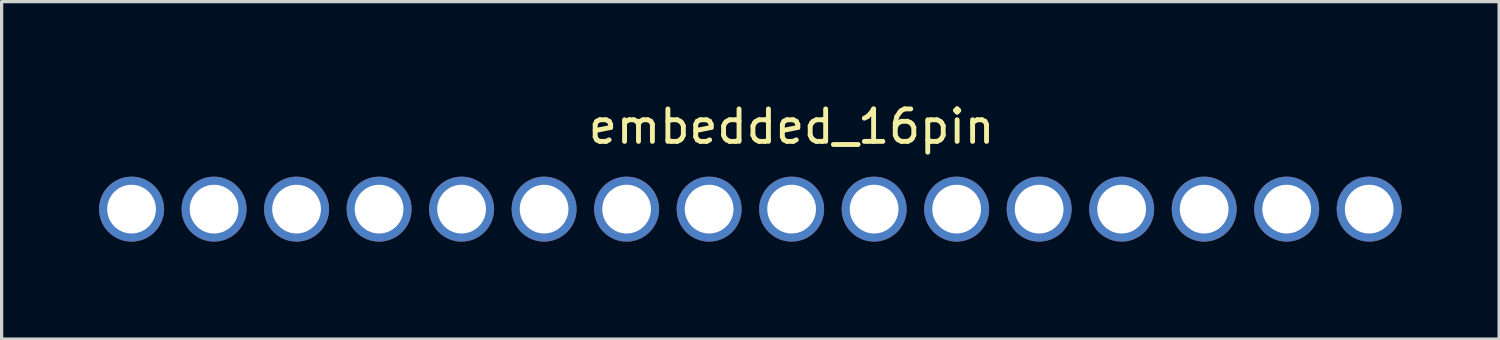
<source format=kicad_pcb>
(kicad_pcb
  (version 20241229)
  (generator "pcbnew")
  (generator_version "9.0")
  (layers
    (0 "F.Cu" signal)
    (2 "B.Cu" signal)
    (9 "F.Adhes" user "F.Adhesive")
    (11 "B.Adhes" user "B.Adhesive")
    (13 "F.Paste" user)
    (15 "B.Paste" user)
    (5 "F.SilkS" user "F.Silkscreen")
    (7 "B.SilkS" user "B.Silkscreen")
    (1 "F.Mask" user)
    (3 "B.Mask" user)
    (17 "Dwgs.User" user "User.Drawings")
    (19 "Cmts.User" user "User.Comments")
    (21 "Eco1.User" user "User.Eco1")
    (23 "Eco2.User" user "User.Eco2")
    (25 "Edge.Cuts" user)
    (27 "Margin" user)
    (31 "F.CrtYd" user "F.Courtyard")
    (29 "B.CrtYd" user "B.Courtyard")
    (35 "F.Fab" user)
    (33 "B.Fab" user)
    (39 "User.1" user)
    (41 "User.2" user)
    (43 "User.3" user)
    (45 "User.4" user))
  (footprint "embedded_16pin"
    (layer "F.Cu")
    (at 18.78 3.388)
    (property "Reference" "embedded_16pin" (at 2.54 -2.54 180) (layer "F.SilkS") (effects (font (size 1 1) (thickness 0.15))))
    (attr through_hole)
    (pad "1" thru_hole circle (at -17.78 0) (size 2 2) (drill 1.5) (layers "*.Cu" "*.Mask"))
    (pad "2" thru_hole circle (at -15.24 0) (size 2 2) (drill 1.5) (layers "*.Cu" "*.Mask"))
    (pad "3" thru_hole circle (at -12.7 0) (size 2 2) (drill 1.5) (layers "*.Cu" "*.Mask"))
    (pad "4" thru_hole circle (at -10.16 0) (size 2 2) (drill 1.5) (layers "*.Cu" "*.Mask"))
    (pad "5" thru_hole circle (at -7.62 0) (size 2 2) (drill 1.5) (layers "*.Cu" "*.Mask"))
    (pad "6" thru_hole circle (at -5.08 0) (size 2 2) (drill 1.5) (layers "*.Cu" "*.Mask"))
    (pad "7" thru_hole circle (at -2.54 0) (size 2 2) (drill 1.5) (layers "*.Cu" "*.Mask"))
    (pad "8" thru_hole circle (at 0 0) (size 2 2) (drill 1.5) (layers "*.Cu" "*.Mask"))
    (pad "9" thru_hole circle (at 2.54 0) (size 2 2) (drill 1.5) (layers "*.Cu" "*.Mask"))
    (pad "10" thru_hole circle (at 5.08 0) (size 2 2) (drill 1.5) (layers "*.Cu" "*.Mask"))
    (pad "11" thru_hole circle (at 7.62 0) (size 2 2) (drill 1.5) (layers "*.Cu" "*.Mask"))
    (pad "12" thru_hole circle (at 10.16 0) (size 2 2) (drill 1.5) (layers "*.Cu" "*.Mask"))
    (pad "13" thru_hole circle (at 12.7 0) (size 2 2) (drill 1.5) (layers "*.Cu" "*.Mask"))
    (pad "14" thru_hole circle (at 15.24 0) (size 2 2) (drill 1.5) (layers "*.Cu" "*.Mask"))
    (pad "15" thru_hole circle (at 17.78 0) (size 2 2) (drill 1.5) (layers "*.Cu" "*.Mask"))
    (pad "16" thru_hole circle (at 20.32 0) (size 2 2) (drill 1.5) (layers "*.Cu" "*.Mask")))
  (gr_rect
    (start -3 -3)
    (end 43.1 7.388)
    (stroke (width 0.1) (type default))
    (fill no)
    (layer "Edge.Cuts")))
</source>
